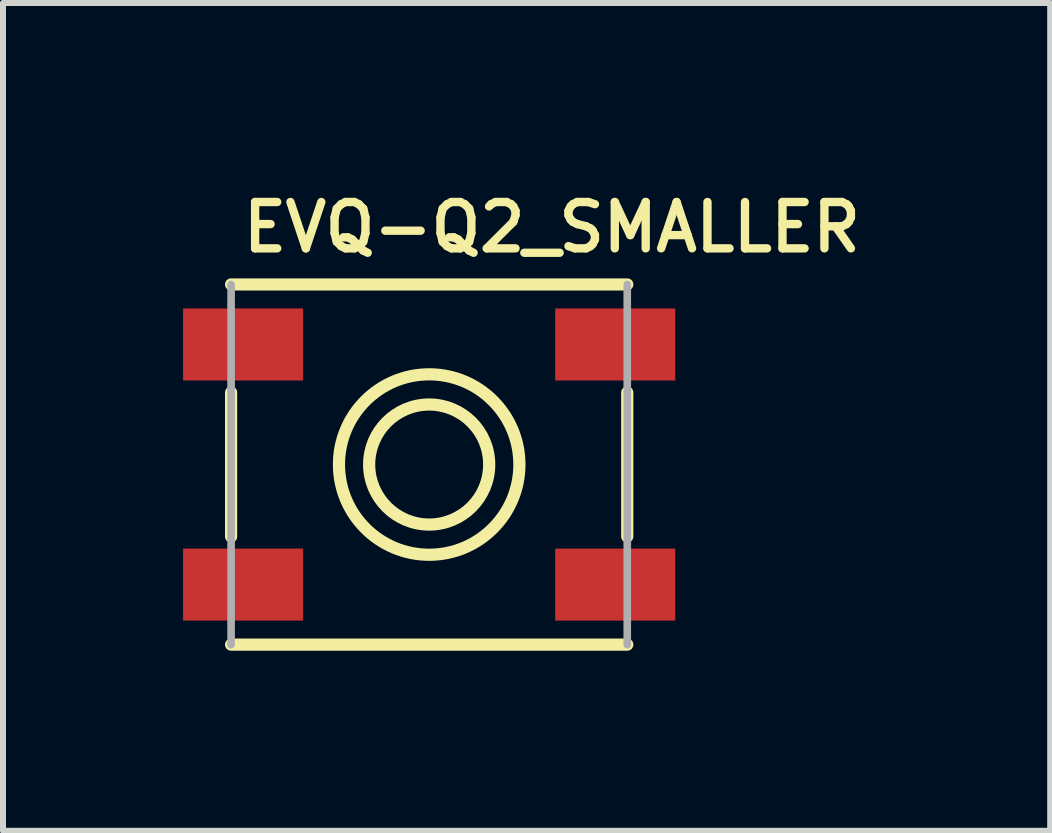
<source format=kicad_pcb>
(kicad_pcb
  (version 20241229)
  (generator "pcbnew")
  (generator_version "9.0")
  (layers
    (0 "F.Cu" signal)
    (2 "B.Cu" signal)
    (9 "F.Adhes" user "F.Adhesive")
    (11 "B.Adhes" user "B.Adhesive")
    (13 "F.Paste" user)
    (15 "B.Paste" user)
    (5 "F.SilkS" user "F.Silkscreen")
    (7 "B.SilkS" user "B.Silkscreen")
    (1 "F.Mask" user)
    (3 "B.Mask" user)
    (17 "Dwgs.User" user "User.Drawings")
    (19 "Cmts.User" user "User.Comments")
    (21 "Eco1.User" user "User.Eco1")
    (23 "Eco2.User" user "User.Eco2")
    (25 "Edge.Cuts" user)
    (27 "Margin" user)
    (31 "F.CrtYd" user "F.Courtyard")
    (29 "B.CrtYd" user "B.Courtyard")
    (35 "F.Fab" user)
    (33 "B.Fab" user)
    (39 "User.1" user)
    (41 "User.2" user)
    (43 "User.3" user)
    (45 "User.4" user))
  (footprint "EVQ-Q2_SMALLER"
    (layer "F.Cu")
    (at 4.1 4.689)
    (property "Reference" "EVQ-Q2_SMALLER" (at -3.175 -3.5 180) (layer "F.SilkS") (effects (font (size 0.772 0.772) (thickness 0.139)) (justify left bottom)))
    (attr through_hole)
    (fp_line (start -3.3 -3) (end 3.3 -3) (stroke (width 0.203) (type solid)) (layer "F.SilkS"))
    (fp_line (start -3.3 1.2) (end -3.3 -1.2) (stroke (width 0.203) (type solid)) (layer "F.SilkS"))
    (fp_line (start 3.3 -1.2) (end 3.3 1.2) (stroke (width 0.203) (type solid)) (layer "F.SilkS"))
    (fp_line (start 3.3 3) (end -3.3 3) (stroke (width 0.203) (type solid)) (layer "F.SilkS"))
    (fp_circle (center 0 0) (end 1 0) (stroke (width 0.203) (type solid)) (fill no) (layer "F.SilkS"))
    (fp_circle (center 0 0) (end 1.503 0) (stroke (width 0.203) (type solid)) (fill no) (layer "F.SilkS"))
    (fp_line (start -3.3 3) (end -3.3 -3) (stroke (width 0.127) (type solid)) (layer "F.Fab"))
    (fp_line (start 3.3 -3) (end 3.3 3) (stroke (width 0.127) (type solid)) (layer "F.Fab"))
    (pad "A" smd rect (at -3.1 2) (size 2 1.2) (layers "F.Cu" "F.Mask" "F.Paste"))
    (pad "A'" smd rect (at 3.1 2) (size 2 1.2) (layers "F.Cu" "F.Mask" "F.Paste"))
    (pad "B" smd rect (at -3.1 -2) (size 2 1.2) (layers "F.Cu" "F.Mask" "F.Paste"))
    (pad "B'" smd rect (at 3.1 -2) (size 2 1.2) (layers "F.Cu" "F.Mask" "F.Paste")))
  (gr_rect
    (start -3 -3)
    (end 14.446 10.791)
    (stroke (width 0.1) (type default))
    (fill no)
    (layer "Edge.Cuts")))
</source>
